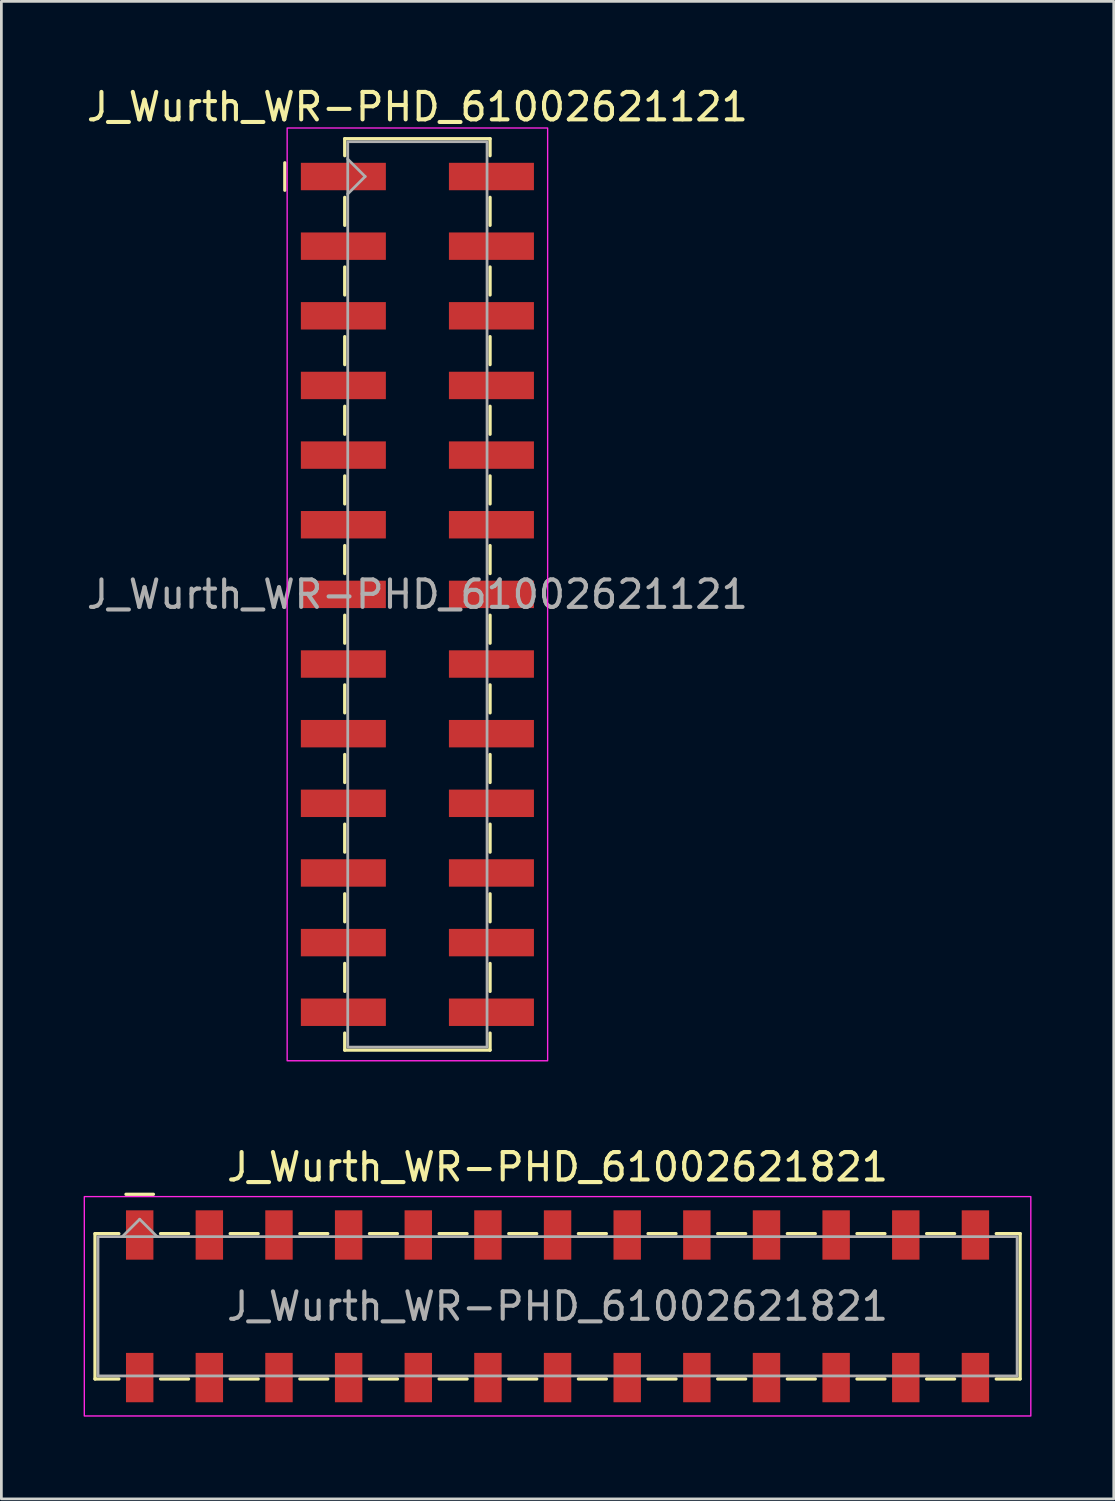
<source format=kicad_pcb>
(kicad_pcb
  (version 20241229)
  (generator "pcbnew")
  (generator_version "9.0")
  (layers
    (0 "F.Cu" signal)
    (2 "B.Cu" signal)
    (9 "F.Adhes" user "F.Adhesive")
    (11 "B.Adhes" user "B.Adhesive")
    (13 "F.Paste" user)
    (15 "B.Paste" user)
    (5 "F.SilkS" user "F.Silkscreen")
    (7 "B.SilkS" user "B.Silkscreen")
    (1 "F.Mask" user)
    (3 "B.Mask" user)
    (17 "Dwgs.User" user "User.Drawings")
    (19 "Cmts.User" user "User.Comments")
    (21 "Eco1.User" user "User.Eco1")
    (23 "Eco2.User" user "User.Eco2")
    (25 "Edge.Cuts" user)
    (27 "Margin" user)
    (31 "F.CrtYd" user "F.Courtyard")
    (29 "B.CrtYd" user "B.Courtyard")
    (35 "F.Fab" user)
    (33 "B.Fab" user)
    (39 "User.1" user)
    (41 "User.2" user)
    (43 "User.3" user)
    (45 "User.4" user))
  (footprint "J_Wurth_WR-PHD_61002621121"
    (layer "F.Cu")
    (at 12.173 18.628)
    (property "Reference" "J_Wurth_WR-PHD_61002621121" (at 0 -17.78 0) (unlocked yes) (layer "F.SilkS") (effects (font (size 1 1) (thickness 0.15))))
    (attr smd)
    (fp_line (start -4.835 -15.74) (end -4.835 -14.74) (stroke (width 0.12) (type solid)) (layer "F.SilkS"))
    (fp_line (start -2.65 -16) (end -2.65 -16.62) (stroke (width 0.12) (type solid)) (layer "F.SilkS"))
    (fp_line (start -2.65 -14.48) (end -2.65 -13.46) (stroke (width 0.12) (type solid)) (layer "F.SilkS"))
    (fp_line (start -2.65 -11.94) (end -2.65 -10.92) (stroke (width 0.12) (type solid)) (layer "F.SilkS"))
    (fp_line (start -2.65 -9.4) (end -2.65 -8.38) (stroke (width 0.12) (type solid)) (layer "F.SilkS"))
    (fp_line (start -2.65 -6.86) (end -2.65 -5.84) (stroke (width 0.12) (type solid)) (layer "F.SilkS"))
    (fp_line (start -2.65 -4.32) (end -2.65 -3.3) (stroke (width 0.12) (type solid)) (layer "F.SilkS"))
    (fp_line (start -2.65 -1.78) (end -2.65 -0.76) (stroke (width 0.12) (type solid)) (layer "F.SilkS"))
    (fp_line (start -2.65 0.76) (end -2.65 1.78) (stroke (width 0.12) (type solid)) (layer "F.SilkS"))
    (fp_line (start -2.65 3.3) (end -2.65 4.32) (stroke (width 0.12) (type solid)) (layer "F.SilkS"))
    (fp_line (start -2.65 5.84) (end -2.65 6.86) (stroke (width 0.12) (type solid)) (layer "F.SilkS"))
    (fp_line (start -2.65 8.38) (end -2.65 9.4) (stroke (width 0.12) (type solid)) (layer "F.SilkS"))
    (fp_line (start -2.65 10.92) (end -2.65 11.94) (stroke (width 0.12) (type solid)) (layer "F.SilkS"))
    (fp_line (start -2.65 13.46) (end -2.65 14.48) (stroke (width 0.12) (type solid)) (layer "F.SilkS"))
    (fp_line (start -2.65 16) (end -2.65 16.62) (stroke (width 0.12) (type solid)) (layer "F.SilkS"))
    (fp_line (start 2.65 -16.62) (end -2.65 -16.62) (stroke (width 0.12) (type solid)) (layer "F.SilkS"))
    (fp_line (start 2.65 -16.62) (end 2.65 -16) (stroke (width 0.12) (type solid)) (layer "F.SilkS"))
    (fp_line (start 2.65 -14.48) (end 2.65 -13.46) (stroke (width 0.12) (type solid)) (layer "F.SilkS"))
    (fp_line (start 2.65 -11.94) (end 2.65 -10.92) (stroke (width 0.12) (type solid)) (layer "F.SilkS"))
    (fp_line (start 2.65 -9.4) (end 2.65 -8.38) (stroke (width 0.12) (type solid)) (layer "F.SilkS"))
    (fp_line (start 2.65 -6.86) (end 2.65 -5.84) (stroke (width 0.12) (type solid)) (layer "F.SilkS"))
    (fp_line (start 2.65 -4.32) (end 2.65 -3.3) (stroke (width 0.12) (type solid)) (layer "F.SilkS"))
    (fp_line (start 2.65 -1.78) (end 2.65 -0.76) (stroke (width 0.12) (type solid)) (layer "F.SilkS"))
    (fp_line (start 2.65 0.76) (end 2.65 1.78) (stroke (width 0.12) (type solid)) (layer "F.SilkS"))
    (fp_line (start 2.65 3.3) (end 2.65 4.32) (stroke (width 0.12) (type solid)) (layer "F.SilkS"))
    (fp_line (start 2.65 5.84) (end 2.65 6.86) (stroke (width 0.12) (type solid)) (layer "F.SilkS"))
    (fp_line (start 2.65 8.38) (end 2.65 9.4) (stroke (width 0.12) (type solid)) (layer "F.SilkS"))
    (fp_line (start 2.65 10.92) (end 2.65 11.94) (stroke (width 0.12) (type solid)) (layer "F.SilkS"))
    (fp_line (start 2.65 13.46) (end 2.65 14.48) (stroke (width 0.12) (type solid)) (layer "F.SilkS"))
    (fp_line (start 2.65 16) (end 2.65 16.62) (stroke (width 0.12) (type solid)) (layer "F.SilkS"))
    (fp_line (start 2.65 16.62) (end -2.65 16.62) (stroke (width 0.12) (type solid)) (layer "F.SilkS"))
    (fp_rect (start -4.75 -17.01) (end 4.75 17.01) (stroke (width 0.05) (type solid)) (fill no) (layer "F.CrtYd"))
    (fp_line (start -2.54 -15.875) (end -1.905 -15.24) (stroke (width 0.1) (type default)) (layer "F.Fab"))
    (fp_line (start -1.905 -15.24) (end -2.54 -14.605) (stroke (width 0.1) (type default)) (layer "F.Fab"))
    (fp_rect (start -2.54 -16.51) (end 2.54 16.51) (stroke (width 0.1) (type solid)) (fill no) (layer "F.Fab"))
    (fp_text user "${REFERENCE}" (at 0 0 0) (unlocked yes) (layer "F.Fab") (effects (font (size 1 1) (thickness 0.15))))
    (pad "1" smd rect (at -2.7 -15.24 270) (size 1 3.1) (layers "F.Cu" "F.Mask" "F.Paste"))
    (pad "2" smd rect (at 2.7 -15.24 270) (size 1 3.1) (layers "F.Cu" "F.Mask" "F.Paste"))
    (pad "3" smd rect (at -2.7 -12.7 270) (size 1 3.1) (layers "F.Cu" "F.Mask" "F.Paste"))
    (pad "4" smd rect (at 2.7 -12.7 270) (size 1 3.1) (layers "F.Cu" "F.Mask" "F.Paste"))
    (pad "5" smd rect (at -2.7 -10.16 270) (size 1 3.1) (layers "F.Cu" "F.Mask" "F.Paste"))
    (pad "6" smd rect (at 2.7 -10.16 270) (size 1 3.1) (layers "F.Cu" "F.Mask" "F.Paste"))
    (pad "7" smd rect (at -2.7 -7.62 270) (size 1 3.1) (layers "F.Cu" "F.Mask" "F.Paste"))
    (pad "8" smd rect (at 2.7 -7.62 270) (size 1 3.1) (layers "F.Cu" "F.Mask" "F.Paste"))
    (pad "9" smd rect (at -2.7 -5.08 270) (size 1 3.1) (layers "F.Cu" "F.Mask" "F.Paste"))
    (pad "10" smd rect (at 2.7 -5.08 270) (size 1 3.1) (layers "F.Cu" "F.Mask" "F.Paste"))
    (pad "11" smd rect (at -2.7 -2.54 270) (size 1 3.1) (layers "F.Cu" "F.Mask" "F.Paste"))
    (pad "12" smd rect (at 2.7 -2.54 270) (size 1 3.1) (layers "F.Cu" "F.Mask" "F.Paste"))
    (pad "13" smd rect (at -2.7 0 270) (size 1 3.1) (layers "F.Cu" "F.Mask" "F.Paste"))
    (pad "14" smd rect (at 2.7 0 270) (size 1 3.1) (layers "F.Cu" "F.Mask" "F.Paste"))
    (pad "15" smd rect (at -2.7 2.54 270) (size 1 3.1) (layers "F.Cu" "F.Mask" "F.Paste"))
    (pad "16" smd rect (at 2.7 2.54 270) (size 1 3.1) (layers "F.Cu" "F.Mask" "F.Paste"))
    (pad "17" smd rect (at -2.7 5.08 270) (size 1 3.1) (layers "F.Cu" "F.Mask" "F.Paste"))
    (pad "18" smd rect (at 2.7 5.08 270) (size 1 3.1) (layers "F.Cu" "F.Mask" "F.Paste"))
    (pad "19" smd rect (at -2.7 7.62 270) (size 1 3.1) (layers "F.Cu" "F.Mask" "F.Paste"))
    (pad "20" smd rect (at 2.7 7.62 270) (size 1 3.1) (layers "F.Cu" "F.Mask" "F.Paste"))
    (pad "21" smd rect (at -2.7 10.16 270) (size 1 3.1) (layers "F.Cu" "F.Mask" "F.Paste"))
    (pad "22" smd rect (at 2.7 10.16 270) (size 1 3.1) (layers "F.Cu" "F.Mask" "F.Paste"))
    (pad "23" smd rect (at -2.7 12.7 270) (size 1 3.1) (layers "F.Cu" "F.Mask" "F.Paste"))
    (pad "24" smd rect (at 2.7 12.7 270) (size 1 3.1) (layers "F.Cu" "F.Mask" "F.Paste"))
    (pad "25" smd rect (at -2.7 15.24 270) (size 1 3.1) (layers "F.Cu" "F.Mask" "F.Paste"))
    (pad "26" smd rect (at 2.7 15.24 270) (size 1 3.1) (layers "F.Cu" "F.Mask" "F.Paste")))
  (footprint "J_Wurth_WR-PHD_61002621821"
    (layer "F.Cu")
    (at 17.285 44.592)
    (property "Reference" "J_Wurth_WR-PHD_61002621821" (at 0 -5.08 0) (unlocked yes) (layer "F.SilkS") (effects (font (size 1 1) (thickness 0.15))))
    (attr smd)
    (fp_line (start -16.87 -2.65) (end -16.87 2.65) (stroke (width 0.12) (type solid)) (layer "F.SilkS"))
    (fp_line (start -16.87 -2.65) (end -16 -2.65) (stroke (width 0.12) (type solid)) (layer "F.SilkS"))
    (fp_line (start -16.87 2.65) (end -16 2.65) (stroke (width 0.12) (type solid)) (layer "F.SilkS"))
    (fp_line (start -15.74 -4.085) (end -14.74 -4.085) (stroke (width 0.12) (type solid)) (layer "F.SilkS"))
    (fp_line (start -14.48 -2.65) (end -13.46 -2.65) (stroke (width 0.12) (type solid)) (layer "F.SilkS"))
    (fp_line (start -14.48 2.65) (end -13.46 2.65) (stroke (width 0.12) (type solid)) (layer "F.SilkS"))
    (fp_line (start -11.94 -2.65) (end -10.92 -2.65) (stroke (width 0.12) (type solid)) (layer "F.SilkS"))
    (fp_line (start -11.94 2.65) (end -10.92 2.65) (stroke (width 0.12) (type solid)) (layer "F.SilkS"))
    (fp_line (start -9.4 -2.65) (end -8.38 -2.65) (stroke (width 0.12) (type solid)) (layer "F.SilkS"))
    (fp_line (start -9.4 2.65) (end -8.38 2.65) (stroke (width 0.12) (type solid)) (layer "F.SilkS"))
    (fp_line (start -6.86 -2.65) (end -5.84 -2.65) (stroke (width 0.12) (type solid)) (layer "F.SilkS"))
    (fp_line (start -6.86 2.65) (end -5.84 2.65) (stroke (width 0.12) (type solid)) (layer "F.SilkS"))
    (fp_line (start -4.32 -2.65) (end -3.3 -2.65) (stroke (width 0.12) (type solid)) (layer "F.SilkS"))
    (fp_line (start -4.32 2.65) (end -3.3 2.65) (stroke (width 0.12) (type solid)) (layer "F.SilkS"))
    (fp_line (start -1.78 -2.65) (end -0.76 -2.65) (stroke (width 0.12) (type solid)) (layer "F.SilkS"))
    (fp_line (start -1.78 2.65) (end -0.76 2.65) (stroke (width 0.12) (type solid)) (layer "F.SilkS"))
    (fp_line (start 0.76 -2.65) (end 1.78 -2.65) (stroke (width 0.12) (type solid)) (layer "F.SilkS"))
    (fp_line (start 0.76 2.65) (end 1.78 2.65) (stroke (width 0.12) (type solid)) (layer "F.SilkS"))
    (fp_line (start 3.3 -2.65) (end 4.32 -2.65) (stroke (width 0.12) (type solid)) (layer "F.SilkS"))
    (fp_line (start 3.3 2.65) (end 4.32 2.65) (stroke (width 0.12) (type solid)) (layer "F.SilkS"))
    (fp_line (start 5.84 -2.65) (end 6.86 -2.65) (stroke (width 0.12) (type solid)) (layer "F.SilkS"))
    (fp_line (start 5.84 2.65) (end 6.86 2.65) (stroke (width 0.12) (type solid)) (layer "F.SilkS"))
    (fp_line (start 8.38 -2.65) (end 9.4 -2.65) (stroke (width 0.12) (type solid)) (layer "F.SilkS"))
    (fp_line (start 8.38 2.65) (end 9.4 2.65) (stroke (width 0.12) (type solid)) (layer "F.SilkS"))
    (fp_line (start 10.92 -2.65) (end 11.94 -2.65) (stroke (width 0.12) (type solid)) (layer "F.SilkS"))
    (fp_line (start 10.92 2.65) (end 11.94 2.65) (stroke (width 0.12) (type solid)) (layer "F.SilkS"))
    (fp_line (start 13.46 -2.65) (end 14.48 -2.65) (stroke (width 0.12) (type solid)) (layer "F.SilkS"))
    (fp_line (start 13.46 2.65) (end 14.48 2.65) (stroke (width 0.12) (type solid)) (layer "F.SilkS"))
    (fp_line (start 16 -2.65) (end 16.87 -2.65) (stroke (width 0.12) (type solid)) (layer "F.SilkS"))
    (fp_line (start 16 2.65) (end 16.87 2.65) (stroke (width 0.12) (type solid)) (layer "F.SilkS"))
    (fp_line (start 16.87 -2.65) (end 16.87 2.65) (stroke (width 0.12) (type solid)) (layer "F.SilkS"))
    (fp_rect (start -17.26 -4) (end 17.26 4) (stroke (width 0.05) (type solid)) (fill no) (layer "F.CrtYd"))
    (fp_line (start -15.875 -2.54) (end -15.24 -3.175) (stroke (width 0.1) (type default)) (layer "F.Fab"))
    (fp_line (start -15.24 -3.175) (end -14.605 -2.54) (stroke (width 0.1) (type default)) (layer "F.Fab"))
    (fp_rect (start -16.76 -2.54) (end 16.76 2.54) (stroke (width 0.1) (type solid)) (fill no) (layer "F.Fab"))
    (fp_text user "${REFERENCE}" (at 0 0 0) (unlocked yes) (layer "F.Fab") (effects (font (size 1 1) (thickness 0.15))))
    (pad "1" smd rect (at -15.24 -2.6) (size 1 1.8) (layers "F.Cu" "F.Mask" "F.Paste"))
    (pad "2" smd rect (at -15.24 2.6) (size 1 1.8) (layers "F.Cu" "F.Mask" "F.Paste"))
    (pad "3" smd rect (at -12.7 -2.6) (size 1 1.8) (layers "F.Cu" "F.Mask" "F.Paste"))
    (pad "4" smd rect (at -12.7 2.6) (size 1 1.8) (layers "F.Cu" "F.Mask" "F.Paste"))
    (pad "5" smd rect (at -10.16 -2.6) (size 1 1.8) (layers "F.Cu" "F.Mask" "F.Paste"))
    (pad "6" smd rect (at -10.16 2.6) (size 1 1.8) (layers "F.Cu" "F.Mask" "F.Paste"))
    (pad "7" smd rect (at -7.62 -2.6) (size 1 1.8) (layers "F.Cu" "F.Mask" "F.Paste"))
    (pad "8" smd rect (at -7.62 2.6) (size 1 1.8) (layers "F.Cu" "F.Mask" "F.Paste"))
    (pad "9" smd rect (at -5.08 -2.6) (size 1 1.8) (layers "F.Cu" "F.Mask" "F.Paste"))
    (pad "10" smd rect (at -5.08 2.6) (size 1 1.8) (layers "F.Cu" "F.Mask" "F.Paste"))
    (pad "11" smd rect (at -2.54 -2.6) (size 1 1.8) (layers "F.Cu" "F.Mask" "F.Paste"))
    (pad "12" smd rect (at -2.54 2.6) (size 1 1.8) (layers "F.Cu" "F.Mask" "F.Paste"))
    (pad "13" smd rect (at 0 -2.6) (size 1 1.8) (layers "F.Cu" "F.Mask" "F.Paste"))
    (pad "14" smd rect (at 0 2.6) (size 1 1.8) (layers "F.Cu" "F.Mask" "F.Paste"))
    (pad "15" smd rect (at 2.54 -2.6) (size 1 1.8) (layers "F.Cu" "F.Mask" "F.Paste"))
    (pad "16" smd rect (at 2.54 2.6) (size 1 1.8) (layers "F.Cu" "F.Mask" "F.Paste"))
    (pad "17" smd rect (at 5.08 -2.6) (size 1 1.8) (layers "F.Cu" "F.Mask" "F.Paste"))
    (pad "18" smd rect (at 5.08 2.6) (size 1 1.8) (layers "F.Cu" "F.Mask" "F.Paste"))
    (pad "19" smd rect (at 7.62 -2.6) (size 1 1.8) (layers "F.Cu" "F.Mask" "F.Paste"))
    (pad "20" smd rect (at 7.62 2.6) (size 1 1.8) (layers "F.Cu" "F.Mask" "F.Paste"))
    (pad "21" smd rect (at 10.16 -2.6) (size 1 1.8) (layers "F.Cu" "F.Mask" "F.Paste"))
    (pad "22" smd rect (at 10.16 2.6) (size 1 1.8) (layers "F.Cu" "F.Mask" "F.Paste"))
    (pad "23" smd rect (at 12.7 -2.6) (size 1 1.8) (layers "F.Cu" "F.Mask" "F.Paste"))
    (pad "24" smd rect (at 12.7 2.6) (size 1 1.8) (layers "F.Cu" "F.Mask" "F.Paste"))
    (pad "25" smd rect (at 15.24 -2.6) (size 1 1.8) (layers "F.Cu" "F.Mask" "F.Paste"))
    (pad "26" smd rect (at 15.24 2.6) (size 1 1.8) (layers "F.Cu" "F.Mask" "F.Paste")))
  (gr_rect
    (start -3 -3)
    (end 37.57 51.617)
    (stroke (width 0.1) (type default))
    (fill no)
    (layer "Edge.Cuts")))
</source>
